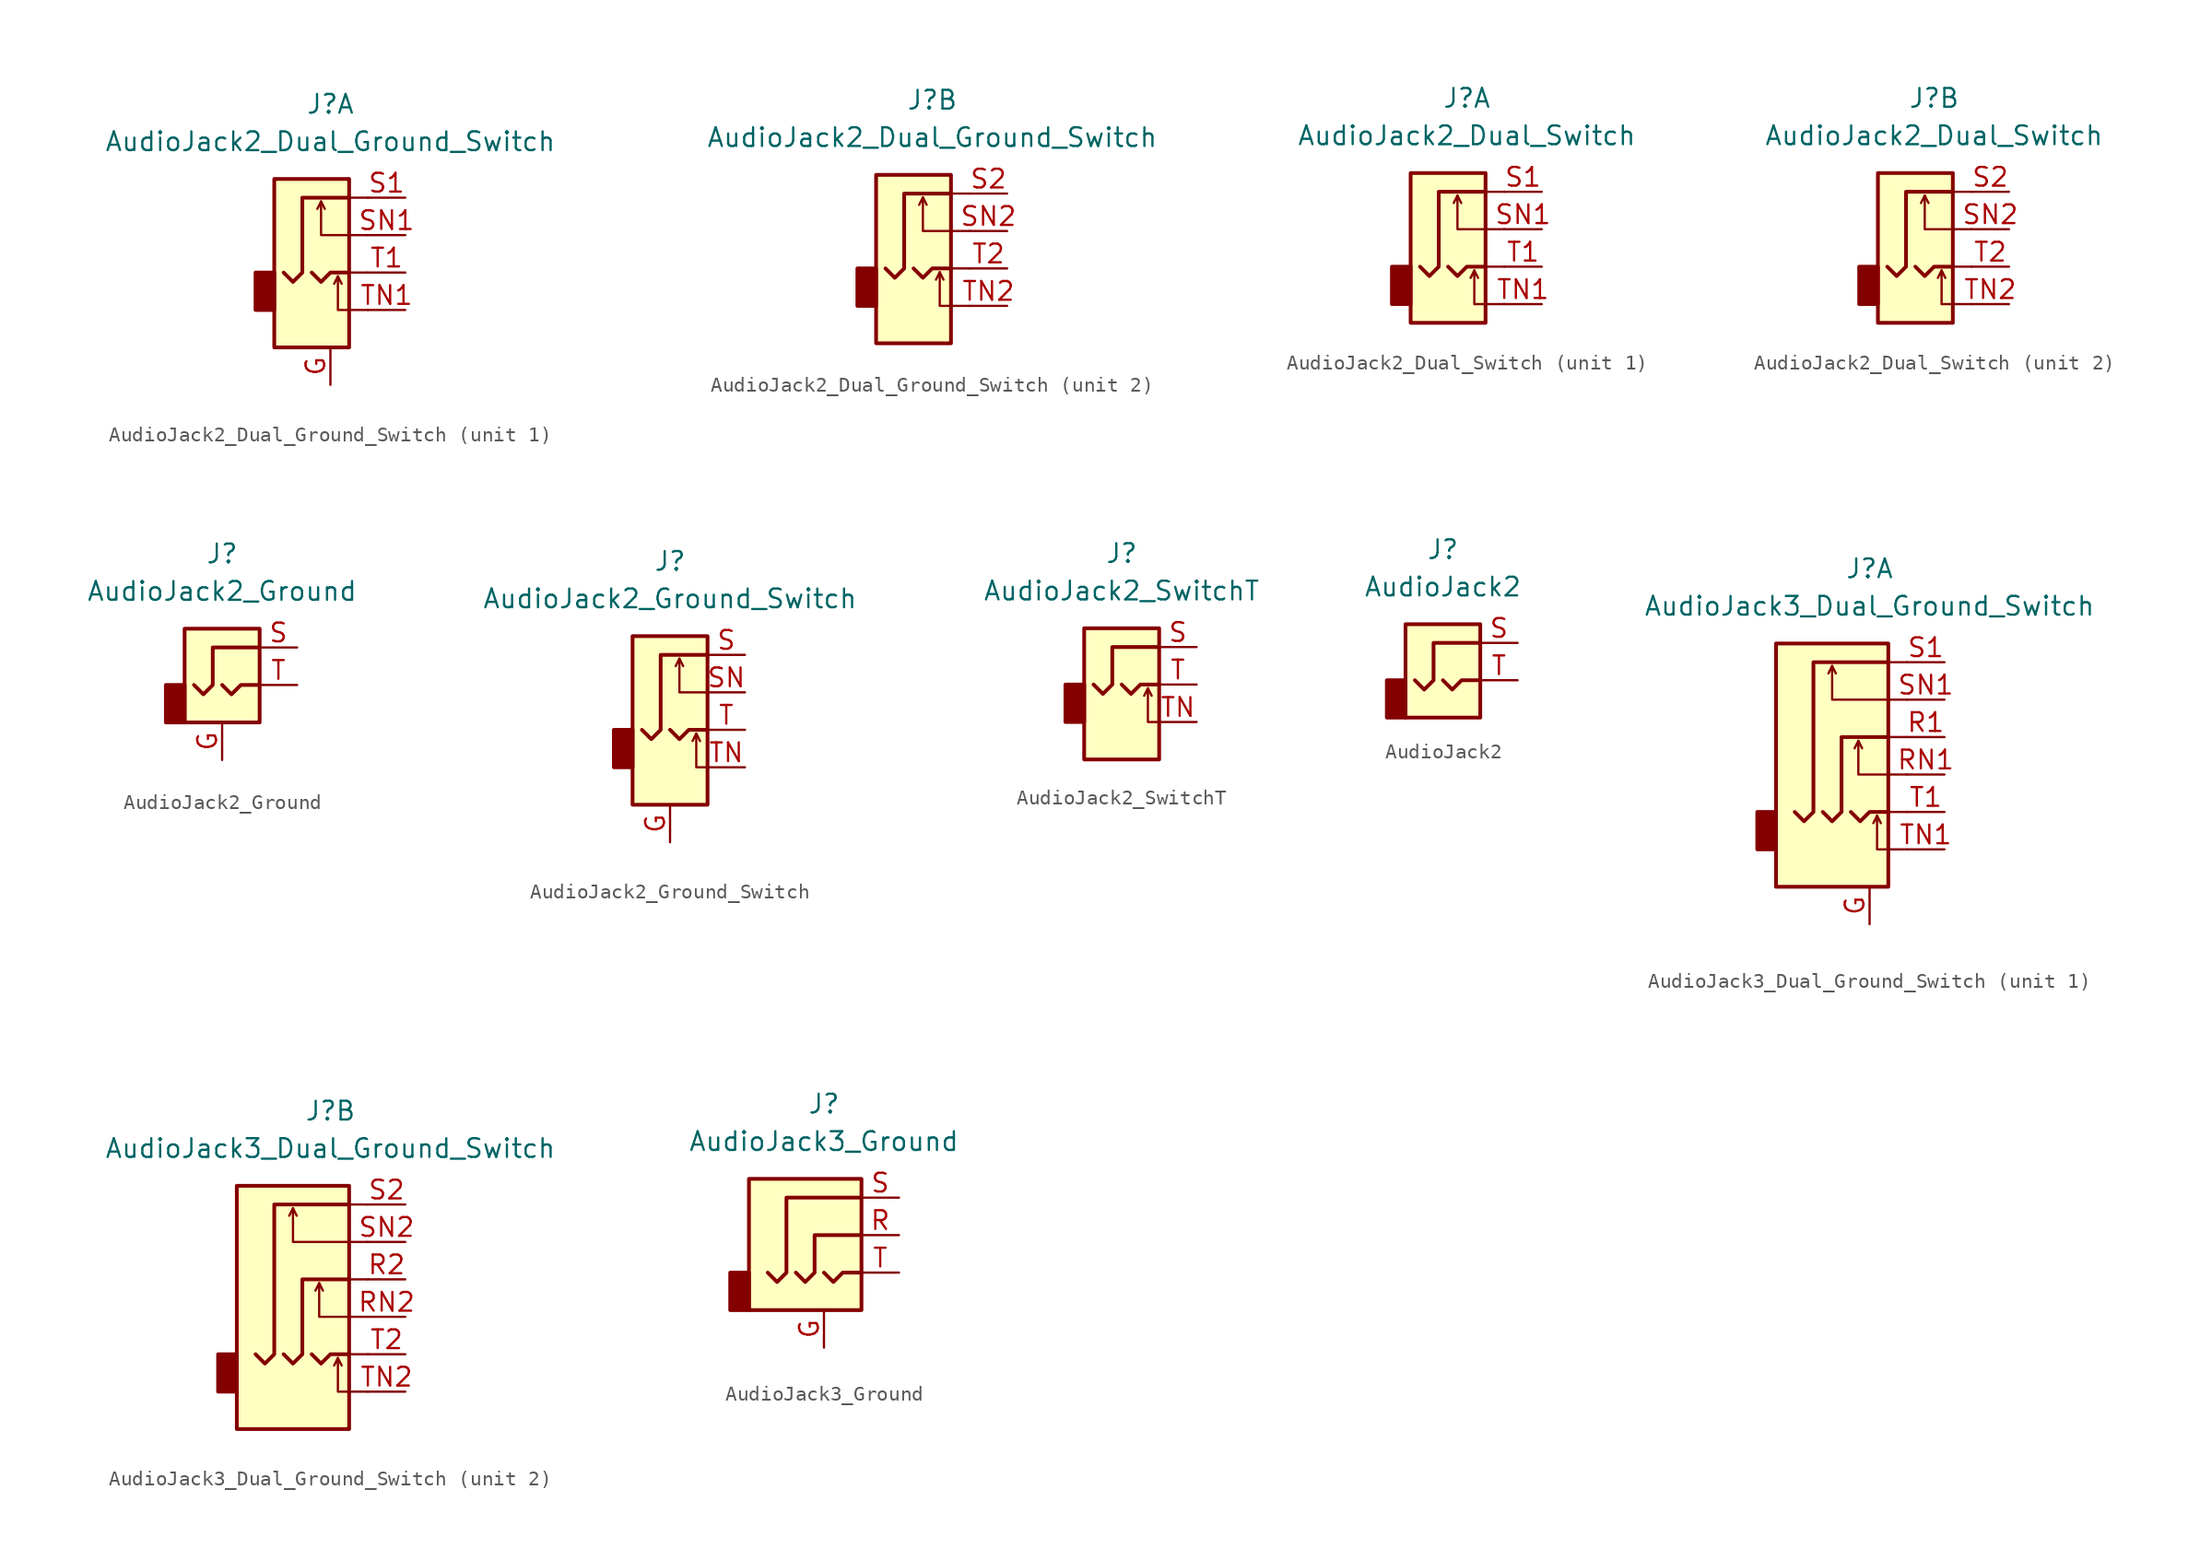
<source format=kicad_sym>
(kicad_symbol_lib
  (version 20211014)
  (generator kicad_symbol_editor)
  (symbol "AudioJack2_Dual_Ground_Switch"
    (property "Reference" "J"
      (at 0 11.43 0)
      (effects (font (size 1.27 1.27))))
    (property "Value" "AudioJack2_Dual_Ground_Switch"
      (at 0 8.89 0)
      (effects (font (size 1.27 1.27))))
    (symbol "AudioJack2_Dual_Ground_Switch_0_1"
      (rectangle (start -5.08 0) (end -3.81 -2.54) (stroke (width 0.254) (type default) (color 0 0 0 0)) (fill (type outline)))
      (polyline (pts (xy -0.635 4.826) (xy -0.381 4.318)) (stroke (width 0) (type default) (color 0 0 0 0)) (fill (type none)))
      (polyline (pts (xy 0.508 -0.254) (xy 0.762 -0.762)) (stroke (width 0) (type default) (color 0 0 0 0)) (fill (type none)))
      (polyline (pts (xy 1.27 -2.54) (xy 2.54 -2.54)) (stroke (width 0) (type default) (color 0 0 0 0)) (fill (type none)))
      (polyline (pts (xy 1.27 2.54) (xy 2.54 2.54)) (stroke (width 0) (type default) (color 0 0 0 0)) (fill (type none)))
      (polyline (pts (xy 2.54 0) (xy 1.27 0)) (stroke (width 0) (type default) (color 0 0 0 0)) (fill (type none)))
      (polyline (pts (xy 2.54 5.08) (xy 1.27 5.08)) (stroke (width 0) (type default) (color 0 0 0 0)) (fill (type none)))
      (polyline (pts (xy -1.27 0) (xy -0.635 -0.635) (xy 0 0) (xy 1.27 0)) (stroke (width 0.254) (type default) (color 0 0 0 0)) (fill (type none)))
      (polyline (pts (xy 1.27 -2.54) (xy 0.508 -2.54) (xy 0.508 -0.254) (xy 0.254 -0.762)) (stroke (width 0) (type default) (color 0 0 0 0)) (fill (type none)))
      (polyline (pts (xy 1.27 2.54) (xy -0.635 2.54) (xy -0.635 4.826) (xy -0.889 4.318)) (stroke (width 0) (type default) (color 0 0 0 0)) (fill (type none)))
      (polyline (pts (xy 1.27 5.08) (xy -1.905 5.08) (xy -1.905 0) (xy -2.54 -0.635) (xy -3.175 0)) (stroke (width 0.254) (type default) (color 0 0 0 0)) (fill (type none)))
      (rectangle (start 1.27 6.35) (end -3.81 -5.08) (stroke (width 0.254) (type default) (color 0 0 0 0)) (fill (type background))))
    (symbol "AudioJack2_Dual_Ground_Switch_1_1"
      (pin passive line (at 0 -7.62 90) (length 2.54) (name "~" (effects (font (size 1.27 1.27)))) (number "G" (effects (font (size 1.27 1.27)))))
      (pin passive line (at 5.08 5.08 180) (length 2.54) (name "~" (effects (font (size 1.27 1.27)))) (number "S1" (effects (font (size 1.27 1.27)))))
      (pin passive line (at 5.08 2.54 180) (length 2.54) (name "~" (effects (font (size 1.27 1.27)))) (number "SN1" (effects (font (size 1.27 1.27)))))
      (pin passive line (at 5.08 0 180) (length 2.54) (name "~" (effects (font (size 1.27 1.27)))) (number "T1" (effects (font (size 1.27 1.27)))))
      (pin passive line (at 5.08 -2.54 180) (length 2.54) (name "~" (effects (font (size 1.27 1.27)))) (number "TN1" (effects (font (size 1.27 1.27))))))
    (symbol "AudioJack2_Dual_Ground_Switch_2_1"
      (pin passive line (at 5.08 5.08 180) (length 2.54) (name "~" (effects (font (size 1.27 1.27)))) (number "S2" (effects (font (size 1.27 1.27)))))
      (pin passive line (at 5.08 2.54 180) (length 2.54) (name "~" (effects (font (size 1.27 1.27)))) (number "SN2" (effects (font (size 1.27 1.27)))))
      (pin passive line (at 5.08 0 180) (length 2.54) (name "~" (effects (font (size 1.27 1.27)))) (number "T2" (effects (font (size 1.27 1.27)))))
      (pin passive line (at 5.08 -2.54 180) (length 2.54) (name "~" (effects (font (size 1.27 1.27)))) (number "TN2" (effects (font (size 1.27 1.27)))))))
  (symbol "AudioJack2_Dual_Switch"
    (property "Reference" "J"
      (at 0 11.43 0)
      (effects (font (size 1.27 1.27))))
    (property "Value" "AudioJack2_Dual_Switch"
      (at 0 8.89 0)
      (effects (font (size 1.27 1.27))))
    (symbol "AudioJack2_Dual_Switch_0_1"
      (rectangle (start -3.81 -2.54) (end -5.08 0) (stroke (width 0.254) (type default) (color 0 0 0 0)) (fill (type outline)))
      (polyline (pts (xy -0.635 4.826) (xy -0.381 4.318)) (stroke (width 0) (type default) (color 0 0 0 0)) (fill (type none)))
      (polyline (pts (xy 0.508 -0.254) (xy 0.762 -0.762)) (stroke (width 0) (type default) (color 0 0 0 0)) (fill (type none)))
      (polyline (pts (xy 1.27 -2.54) (xy 2.54 -2.54)) (stroke (width 0) (type default) (color 0 0 0 0)) (fill (type none)))
      (polyline (pts (xy 1.27 2.54) (xy 2.54 2.54)) (stroke (width 0) (type default) (color 0 0 0 0)) (fill (type none)))
      (polyline (pts (xy 2.54 0) (xy 1.27 0)) (stroke (width 0) (type default) (color 0 0 0 0)) (fill (type none)))
      (polyline (pts (xy 2.54 5.08) (xy 1.27 5.08)) (stroke (width 0) (type default) (color 0 0 0 0)) (fill (type none)))
      (polyline (pts (xy -1.27 0) (xy -0.635 -0.635) (xy 0 0) (xy 1.27 0)) (stroke (width 0.254) (type default) (color 0 0 0 0)) (fill (type none)))
      (polyline (pts (xy 1.27 -2.54) (xy 0.508 -2.54) (xy 0.508 -0.254) (xy 0.254 -0.762)) (stroke (width 0) (type default) (color 0 0 0 0)) (fill (type none)))
      (polyline (pts (xy 1.27 2.54) (xy -0.635 2.54) (xy -0.635 4.826) (xy -0.889 4.318)) (stroke (width 0) (type default) (color 0 0 0 0)) (fill (type none)))
      (polyline (pts (xy 1.27 5.08) (xy -1.905 5.08) (xy -1.905 0) (xy -2.54 -0.635) (xy -3.175 0)) (stroke (width 0.254) (type default) (color 0 0 0 0)) (fill (type none)))
      (rectangle (start 1.27 6.35) (end -3.81 -3.81) (stroke (width 0.254) (type default) (color 0 0 0 0)) (fill (type background))))
    (symbol "AudioJack2_Dual_Switch_1_1"
      (pin passive line (at 5.08 5.08 180) (length 2.54) (name "~" (effects (font (size 1.27 1.27)))) (number "S1" (effects (font (size 1.27 1.27)))))
      (pin passive line (at 5.08 2.54 180) (length 2.54) (name "~" (effects (font (size 1.27 1.27)))) (number "SN1" (effects (font (size 1.27 1.27)))))
      (pin passive line (at 5.08 0 180) (length 2.54) (name "~" (effects (font (size 1.27 1.27)))) (number "T1" (effects (font (size 1.27 1.27)))))
      (pin passive line (at 5.08 -2.54 180) (length 2.54) (name "~" (effects (font (size 1.27 1.27)))) (number "TN1" (effects (font (size 1.27 1.27))))))
    (symbol "AudioJack2_Dual_Switch_2_1"
      (pin passive line (at 5.08 5.08 180) (length 2.54) (name "~" (effects (font (size 1.27 1.27)))) (number "S2" (effects (font (size 1.27 1.27)))))
      (pin passive line (at 5.08 2.54 180) (length 2.54) (name "~" (effects (font (size 1.27 1.27)))) (number "SN2" (effects (font (size 1.27 1.27)))))
      (pin passive line (at 5.08 0 180) (length 2.54) (name "~" (effects (font (size 1.27 1.27)))) (number "T2" (effects (font (size 1.27 1.27)))))
      (pin passive line (at 5.08 -2.54 180) (length 2.54) (name "~" (effects (font (size 1.27 1.27)))) (number "TN2" (effects (font (size 1.27 1.27)))))))
  (symbol "AudioJack2_Ground"
    (property "Reference" "J"
      (at 0 8.89 0)
      (effects (font (size 1.27 1.27))))
    (property "Value" "AudioJack2_Ground"
      (at 0 6.35 0)
      (effects (font (size 1.27 1.27))))
    (symbol "AudioJack2_Ground_0_1"
      (rectangle (start -2.54 -2.54) (end -3.81 0) (stroke (width 0.254) (type default) (color 0 0 0 0)) (fill (type outline)))
      (polyline (pts (xy 0 0) (xy 0.635 -0.635) (xy 1.27 0) (xy 2.54 0)) (stroke (width 0.254) (type default) (color 0 0 0 0)) (fill (type none)))
      (polyline (pts (xy 2.54 2.54) (xy -0.635 2.54) (xy -0.635 0) (xy -1.27 -0.635) (xy -1.905 0)) (stroke (width 0.254) (type default) (color 0 0 0 0)) (fill (type none)))
      (rectangle (start 2.54 3.81) (end -2.54 -2.54) (stroke (width 0.254) (type default) (color 0 0 0 0)) (fill (type background))))
    (symbol "AudioJack2_Ground_1_1"
      (pin passive line (at 0 -5.08 90) (length 2.54) (name "~" (effects (font (size 1.27 1.27)))) (number "G" (effects (font (size 1.27 1.27)))))
      (pin passive line (at 5.08 2.54 180) (length 2.54) (name "~" (effects (font (size 1.27 1.27)))) (number "S" (effects (font (size 1.27 1.27)))))
      (pin passive line (at 5.08 0 180) (length 2.54) (name "~" (effects (font (size 1.27 1.27)))) (number "T" (effects (font (size 1.27 1.27)))))))
  (symbol "AudioJack2_Ground_Switch"
    (property "Reference" "J"
      (at 0 11.43 0)
      (effects (font (size 1.27 1.27))))
    (property "Value" "AudioJack2_Ground_Switch"
      (at 0 8.89 0)
      (effects (font (size 1.27 1.27))))
    (symbol "AudioJack2_Ground_Switch_0_1"
      (rectangle (start -2.54 -2.54) (end -3.81 0) (stroke (width 0.254) (type default) (color 0 0 0 0)) (fill (type outline)))
      (rectangle (start 2.54 6.35) (end -2.54 -5.08) (stroke (width 0.254) (type default) (color 0 0 0 0)) (fill (type background))))
    (symbol "AudioJack2_Ground_Switch_1_1"
      (polyline (pts (xy 0.635 4.826) (xy 0.889 4.318)) (stroke (width 0) (type default) (color 0 0 0 0)) (fill (type none)))
      (polyline (pts (xy 1.778 -0.254) (xy 2.032 -0.762)) (stroke (width 0) (type default) (color 0 0 0 0)) (fill (type none)))
      (polyline (pts (xy 0 0) (xy 0.635 -0.635) (xy 1.27 0) (xy 2.54 0)) (stroke (width 0.254) (type default) (color 0 0 0 0)) (fill (type none)))
      (polyline (pts (xy 2.54 -2.54) (xy 1.778 -2.54) (xy 1.778 -0.254) (xy 1.524 -0.762)) (stroke (width 0) (type default) (color 0 0 0 0)) (fill (type none)))
      (polyline (pts (xy 2.54 2.54) (xy 0.635 2.54) (xy 0.635 4.826) (xy 0.381 4.318)) (stroke (width 0) (type default) (color 0 0 0 0)) (fill (type none)))
      (polyline (pts (xy 2.54 5.08) (xy -0.635 5.08) (xy -0.635 0) (xy -1.27 -0.635) (xy -1.905 0)) (stroke (width 0.254) (type default) (color 0 0 0 0)) (fill (type none)))
      (pin passive line (at 0 -7.62 90) (length 2.54) (name "~" (effects (font (size 1.27 1.27)))) (number "G" (effects (font (size 1.27 1.27)))))
      (pin passive line (at 5.08 5.08 180) (length 2.54) (name "~" (effects (font (size 1.27 1.27)))) (number "S" (effects (font (size 1.27 1.27)))))
      (pin passive line (at 5.08 2.54 180) (length 2.54) (name "~" (effects (font (size 1.27 1.27)))) (number "SN" (effects (font (size 1.27 1.27)))))
      (pin passive line (at 5.08 0 180) (length 2.54) (name "~" (effects (font (size 1.27 1.27)))) (number "T" (effects (font (size 1.27 1.27)))))
      (pin passive line (at 5.08 -2.54 180) (length 2.54) (name "~" (effects (font (size 1.27 1.27)))) (number "TN" (effects (font (size 1.27 1.27)))))))
  (symbol "AudioJack2_SwitchT"
    (property "Reference" "J"
      (at 0 8.89 0)
      (effects (font (size 1.27 1.27))))
    (property "Value" "AudioJack2_SwitchT"
      (at 0 6.35 0)
      (effects (font (size 1.27 1.27))))
    (symbol "AudioJack2_SwitchT_0_1"
      (rectangle (start -2.54 0) (end -3.81 -2.54) (stroke (width 0.254) (type default) (color 0 0 0 0)) (fill (type outline)))
      (polyline (pts (xy 1.778 -0.254) (xy 2.032 -0.762)) (stroke (width 0) (type default) (color 0 0 0 0)) (fill (type none)))
      (polyline (pts (xy 0 0) (xy 0.635 -0.635) (xy 1.27 0) (xy 2.54 0)) (stroke (width 0.254) (type default) (color 0 0 0 0)) (fill (type none)))
      (polyline (pts (xy 2.54 -2.54) (xy 1.778 -2.54) (xy 1.778 -0.254) (xy 1.524 -0.762)) (stroke (width 0) (type default) (color 0 0 0 0)) (fill (type none)))
      (polyline (pts (xy 2.54 2.54) (xy -0.635 2.54) (xy -0.635 0) (xy -1.27 -0.635) (xy -1.905 0)) (stroke (width 0.254) (type default) (color 0 0 0 0)) (fill (type none)))
      (rectangle (start 2.54 3.81) (end -2.54 -5.08) (stroke (width 0.254) (type default) (color 0 0 0 0)) (fill (type background))))
    (symbol "AudioJack2_SwitchT_1_1"
      (pin passive line (at 5.08 2.54 180) (length 2.54) (name "~" (effects (font (size 1.27 1.27)))) (number "S" (effects (font (size 1.27 1.27)))))
      (pin passive line (at 5.08 0 180) (length 2.54) (name "~" (effects (font (size 1.27 1.27)))) (number "T" (effects (font (size 1.27 1.27)))))
      (pin passive line (at 5.08 -2.54 180) (length 2.54) (name "~" (effects (font (size 1.27 1.27)))) (number "TN" (effects (font (size 1.27 1.27)))))))
  (symbol "AudioJack2"
    (property "Reference" "J"
      (at 0 8.89 0)
      (effects (font (size 1.27 1.27))))
    (property "Value" "AudioJack2"
      (at 0 6.35 0)
      (effects (font (size 1.27 1.27))))
    (symbol "AudioJack2_0_1"
      (rectangle (start -3.81 0) (end -2.54 -2.54) (stroke (width 0.254) (type default) (color 0 0 0 0)) (fill (type outline)))
      (rectangle (start -2.54 3.81) (end 2.54 -2.54) (stroke (width 0.254) (type default) (color 0 0 0 0)) (fill (type background)))
      (polyline (pts (xy 0 0) (xy 0.635 -0.635) (xy 1.27 0) (xy 2.54 0)) (stroke (width 0.254) (type default) (color 0 0 0 0)) (fill (type none)))
      (polyline (pts (xy 2.54 2.54) (xy -0.635 2.54) (xy -0.635 0) (xy -1.27 -0.635) (xy -1.905 0)) (stroke (width 0.254) (type default) (color 0 0 0 0)) (fill (type none))))
    (symbol "AudioJack2_1_1"
      (pin passive line (at 5.08 2.54 180) (length 2.54) (name "~" (effects (font (size 1.27 1.27)))) (number "S" (effects (font (size 1.27 1.27)))))
      (pin passive line (at 5.08 0 180) (length 2.54) (name "~" (effects (font (size 1.27 1.27)))) (number "T" (effects (font (size 1.27 1.27)))))))
  (symbol "AudioJack3_Dual_Ground_Switch"
    (property "Reference" "J"
      (at 0 11.43 0)
      (effects (font (size 1.27 1.27))))
    (property "Value" "AudioJack3_Dual_Ground_Switch"
      (at 0 8.89 0)
      (effects (font (size 1.27 1.27))))
    (symbol "AudioJack3_Dual_Ground_Switch_0_1"
      (rectangle (start -6.35 -5.08) (end -7.62 -7.62) (stroke (width 0.254) (type default) (color 0 0 0 0)) (fill (type outline)))
      (polyline (pts (xy -2.54 4.826) (xy -2.286 4.318)) (stroke (width 0) (type default) (color 0 0 0 0)) (fill (type none)))
      (polyline (pts (xy -0.762 -0.254) (xy -0.508 -0.762)) (stroke (width 0) (type default) (color 0 0 0 0)) (fill (type none)))
      (polyline (pts (xy 0.508 -5.334) (xy 0.762 -5.842)) (stroke (width 0) (type default) (color 0 0 0 0)) (fill (type none)))
      (polyline (pts (xy 1.27 0) (xy 2.54 0)) (stroke (width 0) (type default) (color 0 0 0 0)) (fill (type none)))
      (polyline (pts (xy 2.54 -5.08) (xy 1.27 -5.08)) (stroke (width 0) (type default) (color 0 0 0 0)) (fill (type none)))
      (polyline (pts (xy 2.54 5.08) (xy 1.27 5.08)) (stroke (width 0) (type default) (color 0 0 0 0)) (fill (type none)))
      (polyline (pts (xy -1.27 -5.08) (xy -0.635 -5.715) (xy 0 -5.08) (xy 1.27 -5.08)) (stroke (width 0.254) (type default) (color 0 0 0 0)) (fill (type none)))
      (polyline (pts (xy 2.54 -7.62) (xy 0.508 -7.62) (xy 0.508 -5.334) (xy 0.254 -5.842)) (stroke (width 0) (type default) (color 0 0 0 0)) (fill (type none)))
      (polyline (pts (xy 2.54 -2.54) (xy -0.762 -2.54) (xy -0.762 -0.254) (xy -1.016 -0.762)) (stroke (width 0) (type default) (color 0 0 0 0)) (fill (type none)))
      (polyline (pts (xy 2.54 2.54) (xy -2.54 2.54) (xy -2.54 4.826) (xy -2.794 4.318)) (stroke (width 0) (type default) (color 0 0 0 0)) (fill (type none)))
      (polyline (pts (xy -3.175 -5.08) (xy -2.54 -5.715) (xy -1.905 -5.08) (xy -1.905 0) (xy 1.27 0)) (stroke (width 0.254) (type default) (color 0 0 0 0)) (fill (type none)))
      (polyline (pts (xy 1.27 5.08) (xy -3.81 5.08) (xy -3.81 -5.08) (xy -4.445 -5.715) (xy -5.08 -5.08)) (stroke (width 0.254) (type default) (color 0 0 0 0)) (fill (type none)))
      (rectangle (start 1.27 6.35) (end -6.35 -10.16) (stroke (width 0.254) (type default) (color 0 0 0 0)) (fill (type background))))
    (symbol "AudioJack3_Dual_Ground_Switch_1_1"
      (pin passive line (at 0 -12.7 90) (length 2.54) (name "~" (effects (font (size 1.27 1.27)))) (number "G" (effects (font (size 1.27 1.27)))))
      (pin passive line (at 5.08 0 180) (length 2.54) (name "~" (effects (font (size 1.27 1.27)))) (number "R1" (effects (font (size 1.27 1.27)))))
      (pin passive line (at 5.08 -2.54 180) (length 2.54) (name "~" (effects (font (size 1.27 1.27)))) (number "RN1" (effects (font (size 1.27 1.27)))))
      (pin passive line (at 5.08 5.08 180) (length 2.54) (name "~" (effects (font (size 1.27 1.27)))) (number "S1" (effects (font (size 1.27 1.27)))))
      (pin passive line (at 5.08 2.54 180) (length 2.54) (name "~" (effects (font (size 1.27 1.27)))) (number "SN1" (effects (font (size 1.27 1.27)))))
      (pin passive line (at 5.08 -5.08 180) (length 2.54) (name "~" (effects (font (size 1.27 1.27)))) (number "T1" (effects (font (size 1.27 1.27)))))
      (pin passive line (at 5.08 -7.62 180) (length 2.54) (name "~" (effects (font (size 1.27 1.27)))) (number "TN1" (effects (font (size 1.27 1.27))))))
    (symbol "AudioJack3_Dual_Ground_Switch_2_1"
      (pin passive line (at 5.08 0 180) (length 2.54) (name "~" (effects (font (size 1.27 1.27)))) (number "R2" (effects (font (size 1.27 1.27)))))
      (pin passive line (at 5.08 -2.54 180) (length 2.54) (name "~" (effects (font (size 1.27 1.27)))) (number "RN2" (effects (font (size 1.27 1.27)))))
      (pin passive line (at 5.08 5.08 180) (length 2.54) (name "~" (effects (font (size 1.27 1.27)))) (number "S2" (effects (font (size 1.27 1.27)))))
      (pin passive line (at 5.08 2.54 180) (length 2.54) (name "~" (effects (font (size 1.27 1.27)))) (number "SN2" (effects (font (size 1.27 1.27)))))
      (pin passive line (at 5.08 -5.08 180) (length 2.54) (name "~" (effects (font (size 1.27 1.27)))) (number "T2" (effects (font (size 1.27 1.27)))))
      (pin passive line (at 5.08 -7.62 180) (length 2.54) (name "~" (effects (font (size 1.27 1.27)))) (number "TN2" (effects (font (size 1.27 1.27)))))))
  (symbol "AudioJack3_Ground"
    (property "Reference" "J"
      (at 0 8.89 0)
      (effects (font (size 1.27 1.27))))
    (property "Value" "AudioJack3_Ground"
      (at 0 6.35 0)
      (effects (font (size 1.27 1.27))))
    (symbol "AudioJack3_Ground_0_1"
      (rectangle (start -5.08 -2.54) (end -6.35 -5.08) (stroke (width 0.254) (type default) (color 0 0 0 0)) (fill (type outline)))
      (polyline (pts (xy 0 -2.54) (xy 0.635 -3.175) (xy 1.27 -2.54) (xy 2.54 -2.54)) (stroke (width 0.254) (type default) (color 0 0 0 0)) (fill (type none)))
      (polyline (pts (xy -1.905 -2.54) (xy -1.27 -3.175) (xy -0.635 -2.54) (xy -0.635 0) (xy 2.54 0)) (stroke (width 0.254) (type default) (color 0 0 0 0)) (fill (type none)))
      (polyline (pts (xy 2.54 2.54) (xy -2.54 2.54) (xy -2.54 -2.54) (xy -3.175 -3.175) (xy -3.81 -2.54)) (stroke (width 0.254) (type default) (color 0 0 0 0)) (fill (type none)))
      (rectangle (start 2.54 3.81) (end -5.08 -5.08) (stroke (width 0.254) (type default) (color 0 0 0 0)) (fill (type background))))
    (symbol "AudioJack3_Ground_1_1"
      (pin passive line (at 0 -7.62 90) (length 2.54) (name "~" (effects (font (size 1.27 1.27)))) (number "G" (effects (font (size 1.27 1.27)))))
      (pin passive line (at 5.08 0 180) (length 2.54) (name "~" (effects (font (size 1.27 1.27)))) (number "R" (effects (font (size 1.27 1.27)))))
      (pin passive line (at 5.08 2.54 180) (length 2.54) (name "~" (effects (font (size 1.27 1.27)))) (number "S" (effects (font (size 1.27 1.27)))))
      (pin passive line (at 5.08 -2.54 180) (length 2.54) (name "~" (effects (font (size 1.27 1.27)))) (number "T" (effects (font (size 1.27 1.27))))))))
</source>
